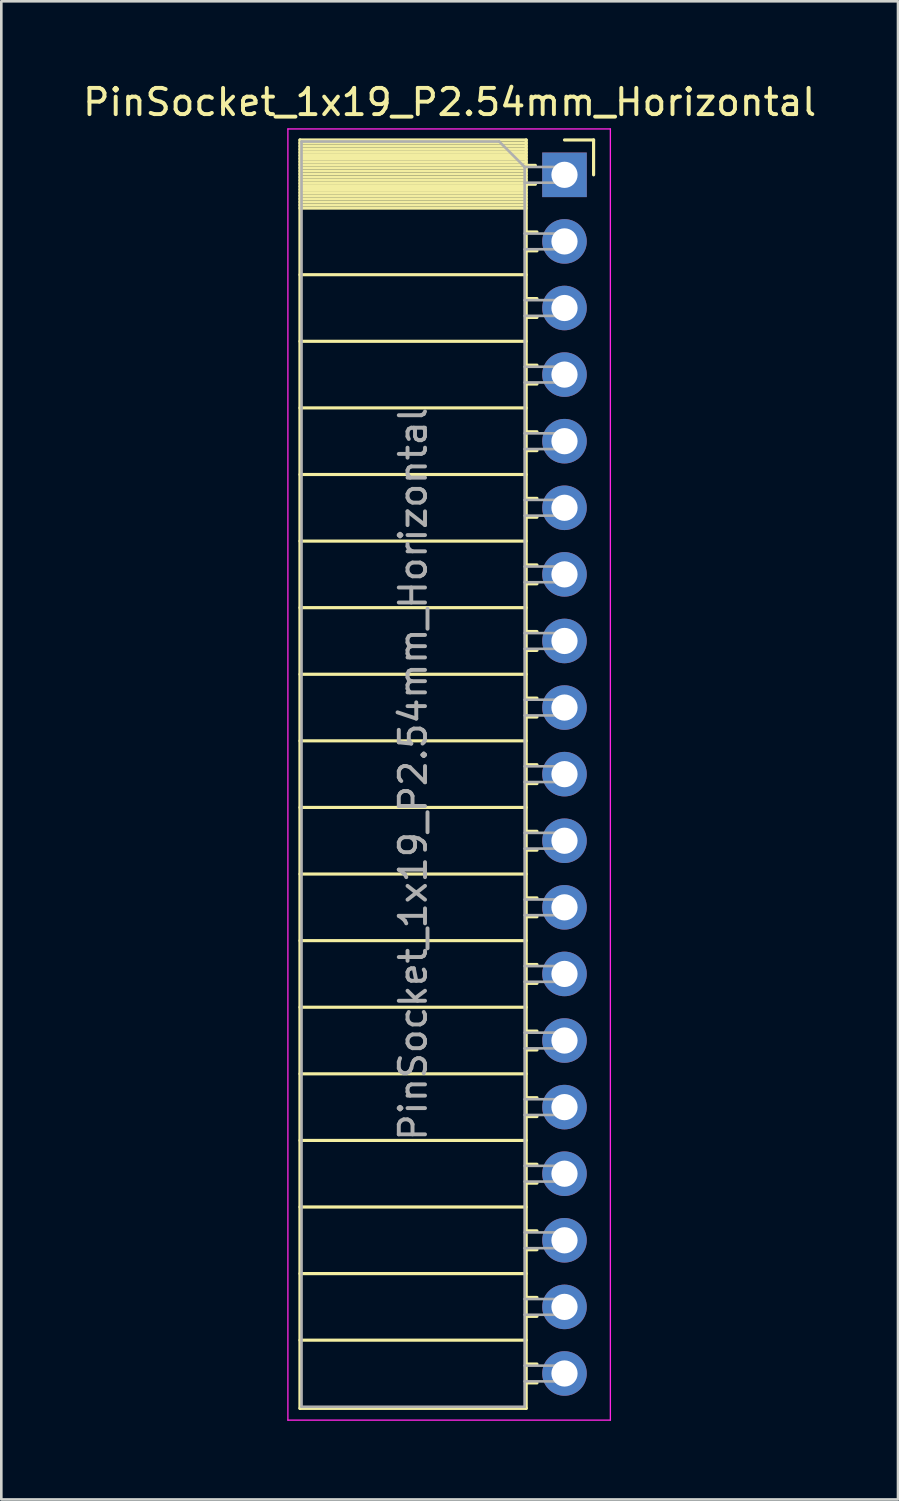
<source format=kicad_pcb>
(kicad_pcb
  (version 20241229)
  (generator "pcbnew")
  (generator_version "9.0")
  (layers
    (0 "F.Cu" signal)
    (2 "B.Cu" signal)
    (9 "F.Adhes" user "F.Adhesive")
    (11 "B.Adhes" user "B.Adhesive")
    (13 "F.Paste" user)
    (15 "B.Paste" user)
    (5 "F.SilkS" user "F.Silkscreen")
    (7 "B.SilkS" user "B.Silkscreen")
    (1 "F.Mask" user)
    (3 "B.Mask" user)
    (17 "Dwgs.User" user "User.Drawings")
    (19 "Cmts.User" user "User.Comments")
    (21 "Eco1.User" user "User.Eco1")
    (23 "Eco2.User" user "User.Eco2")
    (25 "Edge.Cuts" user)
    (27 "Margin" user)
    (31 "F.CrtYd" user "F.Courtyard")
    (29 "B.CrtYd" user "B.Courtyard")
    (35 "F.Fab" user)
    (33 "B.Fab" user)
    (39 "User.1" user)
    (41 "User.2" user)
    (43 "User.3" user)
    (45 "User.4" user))
  (footprint "PinSocket_1x19_P2.54mm_Horizontal"
    (layer "F.Cu")
    (at 18.481 3.618)
    (property "Reference" "PinSocket_1x19_P2.54mm_Horizontal" (at -4.38 -2.77 0) (layer "F.SilkS") (effects (font (size 1 1) (thickness 0.15))))
    (attr through_hole)
    (fp_line (start -10.09 -1.33) (end -10.09 47.05) (stroke (width 0.12) (type solid)) (layer "F.SilkS"))
    (fp_line (start -10.09 -1.33) (end -1.46 -1.33) (stroke (width 0.12) (type solid)) (layer "F.SilkS"))
    (fp_line (start -10.09 -1.21) (end -1.46 -1.21) (stroke (width 0.12) (type solid)) (layer "F.SilkS"))
    (fp_line (start -10.09 -1.092) (end -1.46 -1.092) (stroke (width 0.12) (type solid)) (layer "F.SilkS"))
    (fp_line (start -10.09 -0.974) (end -1.46 -0.974) (stroke (width 0.12) (type solid)) (layer "F.SilkS"))
    (fp_line (start -10.09 -0.856) (end -1.46 -0.856) (stroke (width 0.12) (type solid)) (layer "F.SilkS"))
    (fp_line (start -10.09 -0.738) (end -1.46 -0.738) (stroke (width 0.12) (type solid)) (layer "F.SilkS"))
    (fp_line (start -10.09 -0.62) (end -1.46 -0.62) (stroke (width 0.12) (type solid)) (layer "F.SilkS"))
    (fp_line (start -10.09 -0.501) (end -1.46 -0.501) (stroke (width 0.12) (type solid)) (layer "F.SilkS"))
    (fp_line (start -10.09 -0.383) (end -1.46 -0.383) (stroke (width 0.12) (type solid)) (layer "F.SilkS"))
    (fp_line (start -10.09 -0.265) (end -1.46 -0.265) (stroke (width 0.12) (type solid)) (layer "F.SilkS"))
    (fp_line (start -10.09 -0.147) (end -1.46 -0.147) (stroke (width 0.12) (type solid)) (layer "F.SilkS"))
    (fp_line (start -10.09 -0.029) (end -1.46 -0.029) (stroke (width 0.12) (type solid)) (layer "F.SilkS"))
    (fp_line (start -10.09 0.089) (end -1.46 0.089) (stroke (width 0.12) (type solid)) (layer "F.SilkS"))
    (fp_line (start -10.09 0.207) (end -1.46 0.207) (stroke (width 0.12) (type solid)) (layer "F.SilkS"))
    (fp_line (start -10.09 0.325) (end -1.46 0.325) (stroke (width 0.12) (type solid)) (layer "F.SilkS"))
    (fp_line (start -10.09 0.443) (end -1.46 0.443) (stroke (width 0.12) (type solid)) (layer "F.SilkS"))
    (fp_line (start -10.09 0.561) (end -1.46 0.561) (stroke (width 0.12) (type solid)) (layer "F.SilkS"))
    (fp_line (start -10.09 0.68) (end -1.46 0.68) (stroke (width 0.12) (type solid)) (layer "F.SilkS"))
    (fp_line (start -10.09 0.798) (end -1.46 0.798) (stroke (width 0.12) (type solid)) (layer "F.SilkS"))
    (fp_line (start -10.09 0.916) (end -1.46 0.916) (stroke (width 0.12) (type solid)) (layer "F.SilkS"))
    (fp_line (start -10.09 1.034) (end -1.46 1.034) (stroke (width 0.12) (type solid)) (layer "F.SilkS"))
    (fp_line (start -10.09 1.152) (end -1.46 1.152) (stroke (width 0.12) (type solid)) (layer "F.SilkS"))
    (fp_line (start -10.09 1.27) (end -1.46 1.27) (stroke (width 0.12) (type solid)) (layer "F.SilkS"))
    (fp_line (start -10.09 3.81) (end -1.46 3.81) (stroke (width 0.12) (type solid)) (layer "F.SilkS"))
    (fp_line (start -10.09 6.35) (end -1.46 6.35) (stroke (width 0.12) (type solid)) (layer "F.SilkS"))
    (fp_line (start -10.09 8.89) (end -1.46 8.89) (stroke (width 0.12) (type solid)) (layer "F.SilkS"))
    (fp_line (start -10.09 11.43) (end -1.46 11.43) (stroke (width 0.12) (type solid)) (layer "F.SilkS"))
    (fp_line (start -10.09 13.97) (end -1.46 13.97) (stroke (width 0.12) (type solid)) (layer "F.SilkS"))
    (fp_line (start -10.09 16.51) (end -1.46 16.51) (stroke (width 0.12) (type solid)) (layer "F.SilkS"))
    (fp_line (start -10.09 19.05) (end -1.46 19.05) (stroke (width 0.12) (type solid)) (layer "F.SilkS"))
    (fp_line (start -10.09 21.59) (end -1.46 21.59) (stroke (width 0.12) (type solid)) (layer "F.SilkS"))
    (fp_line (start -10.09 24.13) (end -1.46 24.13) (stroke (width 0.12) (type solid)) (layer "F.SilkS"))
    (fp_line (start -10.09 26.67) (end -1.46 26.67) (stroke (width 0.12) (type solid)) (layer "F.SilkS"))
    (fp_line (start -10.09 29.21) (end -1.46 29.21) (stroke (width 0.12) (type solid)) (layer "F.SilkS"))
    (fp_line (start -10.09 31.75) (end -1.46 31.75) (stroke (width 0.12) (type solid)) (layer "F.SilkS"))
    (fp_line (start -10.09 34.29) (end -1.46 34.29) (stroke (width 0.12) (type solid)) (layer "F.SilkS"))
    (fp_line (start -10.09 36.83) (end -1.46 36.83) (stroke (width 0.12) (type solid)) (layer "F.SilkS"))
    (fp_line (start -10.09 39.37) (end -1.46 39.37) (stroke (width 0.12) (type solid)) (layer "F.SilkS"))
    (fp_line (start -10.09 41.91) (end -1.46 41.91) (stroke (width 0.12) (type solid)) (layer "F.SilkS"))
    (fp_line (start -10.09 44.45) (end -1.46 44.45) (stroke (width 0.12) (type solid)) (layer "F.SilkS"))
    (fp_line (start -10.09 47.05) (end -1.46 47.05) (stroke (width 0.12) (type solid)) (layer "F.SilkS"))
    (fp_line (start -1.46 -1.33) (end -1.46 47.05) (stroke (width 0.12) (type solid)) (layer "F.SilkS"))
    (fp_line (start -1.46 -0.36) (end -1.11 -0.36) (stroke (width 0.12) (type solid)) (layer "F.SilkS"))
    (fp_line (start -1.46 0.36) (end -1.11 0.36) (stroke (width 0.12) (type solid)) (layer "F.SilkS"))
    (fp_line (start -1.46 2.18) (end -1.05 2.18) (stroke (width 0.12) (type solid)) (layer "F.SilkS"))
    (fp_line (start -1.46 2.9) (end -1.05 2.9) (stroke (width 0.12) (type solid)) (layer "F.SilkS"))
    (fp_line (start -1.46 4.72) (end -1.05 4.72) (stroke (width 0.12) (type solid)) (layer "F.SilkS"))
    (fp_line (start -1.46 5.44) (end -1.05 5.44) (stroke (width 0.12) (type solid)) (layer "F.SilkS"))
    (fp_line (start -1.46 7.26) (end -1.05 7.26) (stroke (width 0.12) (type solid)) (layer "F.SilkS"))
    (fp_line (start -1.46 7.98) (end -1.05 7.98) (stroke (width 0.12) (type solid)) (layer "F.SilkS"))
    (fp_line (start -1.46 9.8) (end -1.05 9.8) (stroke (width 0.12) (type solid)) (layer "F.SilkS"))
    (fp_line (start -1.46 10.52) (end -1.05 10.52) (stroke (width 0.12) (type solid)) (layer "F.SilkS"))
    (fp_line (start -1.46 12.34) (end -1.05 12.34) (stroke (width 0.12) (type solid)) (layer "F.SilkS"))
    (fp_line (start -1.46 13.06) (end -1.05 13.06) (stroke (width 0.12) (type solid)) (layer "F.SilkS"))
    (fp_line (start -1.46 14.88) (end -1.05 14.88) (stroke (width 0.12) (type solid)) (layer "F.SilkS"))
    (fp_line (start -1.46 15.6) (end -1.05 15.6) (stroke (width 0.12) (type solid)) (layer "F.SilkS"))
    (fp_line (start -1.46 17.42) (end -1.05 17.42) (stroke (width 0.12) (type solid)) (layer "F.SilkS"))
    (fp_line (start -1.46 18.14) (end -1.05 18.14) (stroke (width 0.12) (type solid)) (layer "F.SilkS"))
    (fp_line (start -1.46 19.96) (end -1.05 19.96) (stroke (width 0.12) (type solid)) (layer "F.SilkS"))
    (fp_line (start -1.46 20.68) (end -1.05 20.68) (stroke (width 0.12) (type solid)) (layer "F.SilkS"))
    (fp_line (start -1.46 22.5) (end -1.05 22.5) (stroke (width 0.12) (type solid)) (layer "F.SilkS"))
    (fp_line (start -1.46 23.22) (end -1.05 23.22) (stroke (width 0.12) (type solid)) (layer "F.SilkS"))
    (fp_line (start -1.46 25.04) (end -1.05 25.04) (stroke (width 0.12) (type solid)) (layer "F.SilkS"))
    (fp_line (start -1.46 25.76) (end -1.05 25.76) (stroke (width 0.12) (type solid)) (layer "F.SilkS"))
    (fp_line (start -1.46 27.58) (end -1.05 27.58) (stroke (width 0.12) (type solid)) (layer "F.SilkS"))
    (fp_line (start -1.46 28.3) (end -1.05 28.3) (stroke (width 0.12) (type solid)) (layer "F.SilkS"))
    (fp_line (start -1.46 30.12) (end -1.05 30.12) (stroke (width 0.12) (type solid)) (layer "F.SilkS"))
    (fp_line (start -1.46 30.84) (end -1.05 30.84) (stroke (width 0.12) (type solid)) (layer "F.SilkS"))
    (fp_line (start -1.46 32.66) (end -1.05 32.66) (stroke (width 0.12) (type solid)) (layer "F.SilkS"))
    (fp_line (start -1.46 33.38) (end -1.05 33.38) (stroke (width 0.12) (type solid)) (layer "F.SilkS"))
    (fp_line (start -1.46 35.2) (end -1.05 35.2) (stroke (width 0.12) (type solid)) (layer "F.SilkS"))
    (fp_line (start -1.46 35.92) (end -1.05 35.92) (stroke (width 0.12) (type solid)) (layer "F.SilkS"))
    (fp_line (start -1.46 37.74) (end -1.05 37.74) (stroke (width 0.12) (type solid)) (layer "F.SilkS"))
    (fp_line (start -1.46 38.46) (end -1.05 38.46) (stroke (width 0.12) (type solid)) (layer "F.SilkS"))
    (fp_line (start -1.46 40.28) (end -1.05 40.28) (stroke (width 0.12) (type solid)) (layer "F.SilkS"))
    (fp_line (start -1.46 41) (end -1.05 41) (stroke (width 0.12) (type solid)) (layer "F.SilkS"))
    (fp_line (start -1.46 42.82) (end -1.05 42.82) (stroke (width 0.12) (type solid)) (layer "F.SilkS"))
    (fp_line (start -1.46 43.54) (end -1.05 43.54) (stroke (width 0.12) (type solid)) (layer "F.SilkS"))
    (fp_line (start -1.46 45.36) (end -1.05 45.36) (stroke (width 0.12) (type solid)) (layer "F.SilkS"))
    (fp_line (start -1.46 46.08) (end -1.05 46.08) (stroke (width 0.12) (type solid)) (layer "F.SilkS"))
    (fp_line (start 0 -1.33) (end 1.11 -1.33) (stroke (width 0.12) (type solid)) (layer "F.SilkS"))
    (fp_line (start 1.11 -1.33) (end 1.11 0) (stroke (width 0.12) (type solid)) (layer "F.SilkS"))
    (fp_line (start -10.55 -1.75) (end -10.55 47.5) (stroke (width 0.05) (type solid)) (layer "F.CrtYd"))
    (fp_line (start -10.55 47.5) (end 1.75 47.5) (stroke (width 0.05) (type solid)) (layer "F.CrtYd"))
    (fp_line (start 1.75 -1.75) (end -10.55 -1.75) (stroke (width 0.05) (type solid)) (layer "F.CrtYd"))
    (fp_line (start 1.75 47.5) (end 1.75 -1.75) (stroke (width 0.05) (type solid)) (layer "F.CrtYd"))
    (fp_line (start -10.03 -1.27) (end -2.49 -1.27) (stroke (width 0.1) (type solid)) (layer "F.Fab"))
    (fp_line (start -10.03 46.99) (end -10.03 -1.27) (stroke (width 0.1) (type solid)) (layer "F.Fab"))
    (fp_line (start -2.49 -1.27) (end -1.52 -0.3) (stroke (width 0.1) (type solid)) (layer "F.Fab"))
    (fp_line (start -1.52 -0.3) (end -1.52 46.99) (stroke (width 0.1) (type solid)) (layer "F.Fab"))
    (fp_line (start -1.52 0.3) (end 0 0.3) (stroke (width 0.1) (type solid)) (layer "F.Fab"))
    (fp_line (start -1.52 2.84) (end 0 2.84) (stroke (width 0.1) (type solid)) (layer "F.Fab"))
    (fp_line (start -1.52 5.38) (end 0 5.38) (stroke (width 0.1) (type solid)) (layer "F.Fab"))
    (fp_line (start -1.52 7.92) (end 0 7.92) (stroke (width 0.1) (type solid)) (layer "F.Fab"))
    (fp_line (start -1.52 10.46) (end 0 10.46) (stroke (width 0.1) (type solid)) (layer "F.Fab"))
    (fp_line (start -1.52 13) (end 0 13) (stroke (width 0.1) (type solid)) (layer "F.Fab"))
    (fp_line (start -1.52 15.54) (end 0 15.54) (stroke (width 0.1) (type solid)) (layer "F.Fab"))
    (fp_line (start -1.52 18.08) (end 0 18.08) (stroke (width 0.1) (type solid)) (layer "F.Fab"))
    (fp_line (start -1.52 20.62) (end 0 20.62) (stroke (width 0.1) (type solid)) (layer "F.Fab"))
    (fp_line (start -1.52 23.16) (end 0 23.16) (stroke (width 0.1) (type solid)) (layer "F.Fab"))
    (fp_line (start -1.52 25.7) (end 0 25.7) (stroke (width 0.1) (type solid)) (layer "F.Fab"))
    (fp_line (start -1.52 28.24) (end 0 28.24) (stroke (width 0.1) (type solid)) (layer "F.Fab"))
    (fp_line (start -1.52 30.78) (end 0 30.78) (stroke (width 0.1) (type solid)) (layer "F.Fab"))
    (fp_line (start -1.52 33.32) (end 0 33.32) (stroke (width 0.1) (type solid)) (layer "F.Fab"))
    (fp_line (start -1.52 35.86) (end 0 35.86) (stroke (width 0.1) (type solid)) (layer "F.Fab"))
    (fp_line (start -1.52 38.4) (end 0 38.4) (stroke (width 0.1) (type solid)) (layer "F.Fab"))
    (fp_line (start -1.52 40.94) (end 0 40.94) (stroke (width 0.1) (type solid)) (layer "F.Fab"))
    (fp_line (start -1.52 43.48) (end 0 43.48) (stroke (width 0.1) (type solid)) (layer "F.Fab"))
    (fp_line (start -1.52 46.02) (end 0 46.02) (stroke (width 0.1) (type solid)) (layer "F.Fab"))
    (fp_line (start -1.52 46.99) (end -10.03 46.99) (stroke (width 0.1) (type solid)) (layer "F.Fab"))
    (fp_line (start 0 -0.3) (end -1.52 -0.3) (stroke (width 0.1) (type solid)) (layer "F.Fab"))
    (fp_line (start 0 0.3) (end 0 -0.3) (stroke (width 0.1) (type solid)) (layer "F.Fab"))
    (fp_line (start 0 2.24) (end -1.52 2.24) (stroke (width 0.1) (type solid)) (layer "F.Fab"))
    (fp_line (start 0 2.84) (end 0 2.24) (stroke (width 0.1) (type solid)) (layer "F.Fab"))
    (fp_line (start 0 4.78) (end -1.52 4.78) (stroke (width 0.1) (type solid)) (layer "F.Fab"))
    (fp_line (start 0 5.38) (end 0 4.78) (stroke (width 0.1) (type solid)) (layer "F.Fab"))
    (fp_line (start 0 7.32) (end -1.52 7.32) (stroke (width 0.1) (type solid)) (layer "F.Fab"))
    (fp_line (start 0 7.92) (end 0 7.32) (stroke (width 0.1) (type solid)) (layer "F.Fab"))
    (fp_line (start 0 9.86) (end -1.52 9.86) (stroke (width 0.1) (type solid)) (layer "F.Fab"))
    (fp_line (start 0 10.46) (end 0 9.86) (stroke (width 0.1) (type solid)) (layer "F.Fab"))
    (fp_line (start 0 12.4) (end -1.52 12.4) (stroke (width 0.1) (type solid)) (layer "F.Fab"))
    (fp_line (start 0 13) (end 0 12.4) (stroke (width 0.1) (type solid)) (layer "F.Fab"))
    (fp_line (start 0 14.94) (end -1.52 14.94) (stroke (width 0.1) (type solid)) (layer "F.Fab"))
    (fp_line (start 0 15.54) (end 0 14.94) (stroke (width 0.1) (type solid)) (layer "F.Fab"))
    (fp_line (start 0 17.48) (end -1.52 17.48) (stroke (width 0.1) (type solid)) (layer "F.Fab"))
    (fp_line (start 0 18.08) (end 0 17.48) (stroke (width 0.1) (type solid)) (layer "F.Fab"))
    (fp_line (start 0 20.02) (end -1.52 20.02) (stroke (width 0.1) (type solid)) (layer "F.Fab"))
    (fp_line (start 0 20.62) (end 0 20.02) (stroke (width 0.1) (type solid)) (layer "F.Fab"))
    (fp_line (start 0 22.56) (end -1.52 22.56) (stroke (width 0.1) (type solid)) (layer "F.Fab"))
    (fp_line (start 0 23.16) (end 0 22.56) (stroke (width 0.1) (type solid)) (layer "F.Fab"))
    (fp_line (start 0 25.1) (end -1.52 25.1) (stroke (width 0.1) (type solid)) (layer "F.Fab"))
    (fp_line (start 0 25.7) (end 0 25.1) (stroke (width 0.1) (type solid)) (layer "F.Fab"))
    (fp_line (start 0 27.64) (end -1.52 27.64) (stroke (width 0.1) (type solid)) (layer "F.Fab"))
    (fp_line (start 0 28.24) (end 0 27.64) (stroke (width 0.1) (type solid)) (layer "F.Fab"))
    (fp_line (start 0 30.18) (end -1.52 30.18) (stroke (width 0.1) (type solid)) (layer "F.Fab"))
    (fp_line (start 0 30.78) (end 0 30.18) (stroke (width 0.1) (type solid)) (layer "F.Fab"))
    (fp_line (start 0 32.72) (end -1.52 32.72) (stroke (width 0.1) (type solid)) (layer "F.Fab"))
    (fp_line (start 0 33.32) (end 0 32.72) (stroke (width 0.1) (type solid)) (layer "F.Fab"))
    (fp_line (start 0 35.26) (end -1.52 35.26) (stroke (width 0.1) (type solid)) (layer "F.Fab"))
    (fp_line (start 0 35.86) (end 0 35.26) (stroke (width 0.1) (type solid)) (layer "F.Fab"))
    (fp_line (start 0 37.8) (end -1.52 37.8) (stroke (width 0.1) (type solid)) (layer "F.Fab"))
    (fp_line (start 0 38.4) (end 0 37.8) (stroke (width 0.1) (type solid)) (layer "F.Fab"))
    (fp_line (start 0 40.34) (end -1.52 40.34) (stroke (width 0.1) (type solid)) (layer "F.Fab"))
    (fp_line (start 0 40.94) (end 0 40.34) (stroke (width 0.1) (type solid)) (layer "F.Fab"))
    (fp_line (start 0 42.88) (end -1.52 42.88) (stroke (width 0.1) (type solid)) (layer "F.Fab"))
    (fp_line (start 0 43.48) (end 0 42.88) (stroke (width 0.1) (type solid)) (layer "F.Fab"))
    (fp_line (start 0 45.42) (end -1.52 45.42) (stroke (width 0.1) (type solid)) (layer "F.Fab"))
    (fp_line (start 0 46.02) (end 0 45.42) (stroke (width 0.1) (type solid)) (layer "F.Fab"))
    (fp_text user "${REFERENCE}" (at -5.775 22.86 90) (layer "F.Fab") (effects (font (size 1 1) (thickness 0.15))))
    (pad "1" thru_hole rect (at 0 0) (size 1.7 1.7) (drill 1) (layers "*.Cu" "*.Mask"))
    (pad "2" thru_hole circle (at 0 2.54) (size 1.7 1.7) (drill 1) (layers "*.Cu" "*.Mask"))
    (pad "3" thru_hole circle (at 0 5.08) (size 1.7 1.7) (drill 1) (layers "*.Cu" "*.Mask"))
    (pad "4" thru_hole circle (at 0 7.62) (size 1.7 1.7) (drill 1) (layers "*.Cu" "*.Mask"))
    (pad "5" thru_hole circle (at 0 10.16) (size 1.7 1.7) (drill 1) (layers "*.Cu" "*.Mask"))
    (pad "6" thru_hole circle (at 0 12.7) (size 1.7 1.7) (drill 1) (layers "*.Cu" "*.Mask"))
    (pad "7" thru_hole circle (at 0 15.24) (size 1.7 1.7) (drill 1) (layers "*.Cu" "*.Mask"))
    (pad "8" thru_hole circle (at 0 17.78) (size 1.7 1.7) (drill 1) (layers "*.Cu" "*.Mask"))
    (pad "9" thru_hole circle (at 0 20.32) (size 1.7 1.7) (drill 1) (layers "*.Cu" "*.Mask"))
    (pad "10" thru_hole circle (at 0 22.86) (size 1.7 1.7) (drill 1) (layers "*.Cu" "*.Mask"))
    (pad "11" thru_hole circle (at 0 25.4) (size 1.7 1.7) (drill 1) (layers "*.Cu" "*.Mask"))
    (pad "12" thru_hole circle (at 0 27.94) (size 1.7 1.7) (drill 1) (layers "*.Cu" "*.Mask"))
    (pad "13" thru_hole circle (at 0 30.48) (size 1.7 1.7) (drill 1) (layers "*.Cu" "*.Mask"))
    (pad "14" thru_hole circle (at 0 33.02) (size 1.7 1.7) (drill 1) (layers "*.Cu" "*.Mask"))
    (pad "15" thru_hole circle (at 0 35.56) (size 1.7 1.7) (drill 1) (layers "*.Cu" "*.Mask"))
    (pad "16" thru_hole circle (at 0 38.1) (size 1.7 1.7) (drill 1) (layers "*.Cu" "*.Mask"))
    (pad "17" thru_hole circle (at 0 40.64) (size 1.7 1.7) (drill 1) (layers "*.Cu" "*.Mask"))
    (pad "18" thru_hole circle (at 0 43.18) (size 1.7 1.7) (drill 1) (layers "*.Cu" "*.Mask"))
    (pad "19" thru_hole circle (at 0 45.72) (size 1.7 1.7) (drill 1) (layers "*.Cu" "*.Mask")))
  (gr_rect
    (start -3 -3)
    (end 31.202 54.143)
    (stroke (width 0.1) (type default))
    (fill no)
    (layer "Edge.Cuts")))
</source>
